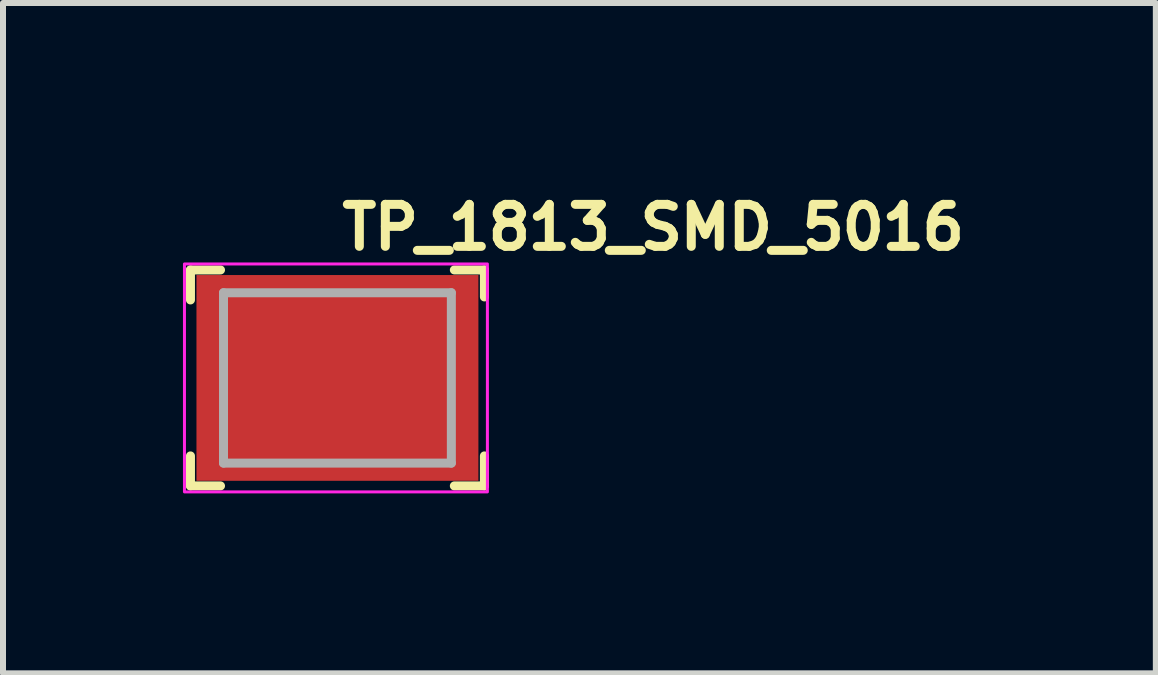
<source format=kicad_pcb>
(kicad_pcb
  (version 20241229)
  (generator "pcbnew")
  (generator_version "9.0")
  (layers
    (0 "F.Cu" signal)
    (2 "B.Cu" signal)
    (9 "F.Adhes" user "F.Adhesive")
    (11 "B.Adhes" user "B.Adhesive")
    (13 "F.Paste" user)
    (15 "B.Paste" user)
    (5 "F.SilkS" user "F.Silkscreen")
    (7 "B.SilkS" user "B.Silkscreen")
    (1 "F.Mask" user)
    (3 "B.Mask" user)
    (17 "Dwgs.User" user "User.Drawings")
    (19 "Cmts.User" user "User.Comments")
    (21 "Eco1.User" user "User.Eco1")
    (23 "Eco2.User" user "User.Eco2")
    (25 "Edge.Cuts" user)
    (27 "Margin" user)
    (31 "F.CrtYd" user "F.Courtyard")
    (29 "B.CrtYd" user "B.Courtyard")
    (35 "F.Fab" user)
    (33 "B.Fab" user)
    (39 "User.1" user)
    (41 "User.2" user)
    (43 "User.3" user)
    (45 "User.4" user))
  (footprint "TP_1813_SMD_5016"
    (layer "F.Cu")
    (at 2.575 3.25)
    (property "Reference" "TP_1813_SMD_5016" (at 0 -2.1 0) (layer "F.SilkS") (effects (font (size 0.7 0.7) (thickness 0.15)) (justify left bottom)))
    (attr smd)
    (fp_line (start -2.45 -1.8) (end -2.45 -1.3) (stroke (width 0.15) (type solid)) (layer "F.SilkS"))
    (fp_line (start -2.45 -1.8) (end -1.949 -1.8) (stroke (width 0.15) (type solid)) (layer "F.SilkS"))
    (fp_line (start -2.45 1.8) (end -2.45 1.3) (stroke (width 0.15) (type solid)) (layer "F.SilkS"))
    (fp_line (start -2.45 1.8) (end -1.949 1.8) (stroke (width 0.15) (type solid)) (layer "F.SilkS"))
    (fp_line (start 1.949 1.8) (end 2.45 1.8) (stroke (width 0.15) (type solid)) (layer "F.SilkS"))
    (fp_line (start 2.45 -1.8) (end 1.949 -1.8) (stroke (width 0.15) (type solid)) (layer "F.SilkS"))
    (fp_line (start 2.45 -1.8) (end 2.45 -1.35) (stroke (width 0.15) (type solid)) (layer "F.SilkS"))
    (fp_line (start 2.45 1.8) (end 2.45 1.3) (stroke (width 0.15) (type solid)) (layer "F.SilkS"))
    (fp_rect (start -2.55 -1.9) (end 2.5 1.9) (stroke (width 0.05) (type solid)) (fill no) (layer "F.CrtYd"))
    (fp_line (start -1.899 -1.42) (end 1.899 -1.42) (stroke (width 0.15) (type solid)) (layer "F.Fab"))
    (fp_line (start -1.899 1.42) (end -1.899 -1.42) (stroke (width 0.15) (type solid)) (layer "F.Fab"))
    (fp_line (start -1.899 1.42) (end 1.899 1.42) (stroke (width 0.15) (type solid)) (layer "F.Fab"))
    (fp_line (start 1.899 1.42) (end 1.899 -1.42) (stroke (width 0.15) (type solid)) (layer "F.Fab"))
    (fp_rect (start -1.905 -1.422) (end 1.905 1.422) (stroke (width 0.1) (type solid)) (fill no) (layer "User.5"))
    (fp_line (start -1.905 -0.505) (end -1.904 -0.505) (stroke (width 0.02) (type solid)) (layer "User.9"))
    (fp_line (start -1.905 0.511) (end -1.905 -0.505) (stroke (width 0.02) (type solid)) (layer "User.9"))
    (fp_line (start -1.905 0.663) (end -1.905 0.511) (stroke (width 0.02) (type solid)) (layer "User.9"))
    (fp_line (start -1.905 0.663) (end -1.904 0.663) (stroke (width 0.02) (type solid)) (layer "User.9"))
    (fp_line (start -1.904 -0.506) (end -1.904 -0.506) (stroke (width 0.02) (type solid)) (layer "User.9"))
    (fp_line (start -1.904 -0.506) (end -1.904 -0.506) (stroke (width 0.02) (type solid)) (layer "User.9"))
    (fp_line (start -1.904 -0.506) (end -1.903 -0.506) (stroke (width 0.02) (type solid)) (layer "User.9"))
    (fp_line (start -1.904 -0.505) (end -1.904 -0.506) (stroke (width 0.02) (type solid)) (layer "User.9"))
    (fp_line (start -1.904 -0.505) (end -1.904 -0.505) (stroke (width 0.02) (type solid)) (layer "User.9"))
    (fp_line (start -1.904 -0.505) (end -1.904 -0.505) (stroke (width 0.02) (type solid)) (layer "User.9"))
    (fp_line (start -1.904 -0.505) (end -1.904 -0.505) (stroke (width 0.02) (type solid)) (layer "User.9"))
    (fp_line (start -1.904 0.51) (end -1.905 0.511) (stroke (width 0.02) (type solid)) (layer "User.9"))
    (fp_line (start -1.904 0.51) (end -1.904 0.51) (stroke (width 0.02) (type solid)) (layer "User.9"))
    (fp_line (start -1.904 0.51) (end -1.904 0.51) (stroke (width 0.02) (type solid)) (layer "User.9"))
    (fp_line (start -1.904 0.663) (end -1.904 0.663) (stroke (width 0.02) (type solid)) (layer "User.9"))
    (fp_line (start -1.904 0.663) (end -1.904 0.664) (stroke (width 0.02) (type solid)) (layer "User.9"))
    (fp_line (start -1.904 0.664) (end -1.904 0.664) (stroke (width 0.02) (type solid)) (layer "User.9"))
    (fp_line (start -1.904 0.664) (end -1.904 0.664) (stroke (width 0.02) (type solid)) (layer "User.9"))
    (fp_line (start -1.904 0.664) (end -1.904 0.664) (stroke (width 0.02) (type solid)) (layer "User.9"))
    (fp_line (start -1.904 0.664) (end -1.904 0.664) (stroke (width 0.02) (type solid)) (layer "User.9"))
    (fp_line (start -1.904 0.664) (end -1.903 0.665) (stroke (width 0.02) (type solid)) (layer "User.9"))
    (fp_line (start -1.903 -0.506) (end -1.903 -0.506) (stroke (width 0.02) (type solid)) (layer "User.9"))
    (fp_line (start -1.903 -0.506) (end -1.903 -0.506) (stroke (width 0.02) (type solid)) (layer "User.9"))
    (fp_line (start -1.903 -0.506) (end -1.903 -0.506) (stroke (width 0.02) (type solid)) (layer "User.9"))
    (fp_line (start -1.903 -0.506) (end -1.902 -0.506) (stroke (width 0.02) (type solid)) (layer "User.9"))
    (fp_line (start -1.903 0.509) (end -1.904 0.51) (stroke (width 0.02) (type solid)) (layer "User.9"))
    (fp_line (start -1.903 0.509) (end -1.903 0.509) (stroke (width 0.02) (type solid)) (layer "User.9"))
    (fp_line (start -1.903 0.665) (end -1.903 0.665) (stroke (width 0.02) (type solid)) (layer "User.9"))
    (fp_line (start -1.903 0.665) (end -1.903 0.665) (stroke (width 0.02) (type solid)) (layer "User.9"))
    (fp_line (start -1.903 0.665) (end -1.903 0.665) (stroke (width 0.02) (type solid)) (layer "User.9"))
    (fp_line (start -1.903 0.665) (end -1.902 0.665) (stroke (width 0.02) (type solid)) (layer "User.9"))
    (fp_line (start -1.902 -0.507) (end -1.901 -0.507) (stroke (width 0.02) (type solid)) (layer "User.9"))
    (fp_line (start -1.902 -0.506) (end -1.902 -0.507) (stroke (width 0.02) (type solid)) (layer "User.9"))
    (fp_line (start -1.902 0.509) (end -1.903 0.509) (stroke (width 0.02) (type solid)) (layer "User.9"))
    (fp_line (start -1.902 0.665) (end -1.902 0.666) (stroke (width 0.02) (type solid)) (layer "User.9"))
    (fp_line (start -1.902 0.666) (end -1.901 0.666) (stroke (width 0.02) (type solid)) (layer "User.9"))
    (fp_line (start -1.901 -0.507) (end -1.901 -0.507) (stroke (width 0.02) (type solid)) (layer "User.9"))
    (fp_line (start -1.901 -0.507) (end -1.9 -0.507) (stroke (width 0.02) (type solid)) (layer "User.9"))
    (fp_line (start -1.901 0.508) (end -1.902 0.509) (stroke (width 0.02) (type solid)) (layer "User.9"))
    (fp_line (start -1.901 0.666) (end -1.901 0.666) (stroke (width 0.02) (type solid)) (layer "User.9"))
    (fp_line (start -1.901 0.666) (end -1.9 0.666) (stroke (width 0.02) (type solid)) (layer "User.9"))
    (fp_line (start -1.9 -0.507) (end -1.899 -0.507) (stroke (width 0.02) (type solid)) (layer "User.9"))
    (fp_line (start -1.9 0.508) (end -1.901 0.508) (stroke (width 0.02) (type solid)) (layer "User.9"))
    (fp_line (start -1.9 0.666) (end -1.899 0.667) (stroke (width 0.02) (type solid)) (layer "User.9"))
    (fp_line (start -1.899 -0.507) (end -1.898 -0.507) (stroke (width 0.02) (type solid)) (layer "User.9"))
    (fp_line (start -1.899 0.508) (end -1.9 0.508) (stroke (width 0.02) (type solid)) (layer "User.9"))
    (fp_line (start -1.899 0.667) (end -1.898 0.667) (stroke (width 0.02) (type solid)) (layer "User.9"))
    (fp_line (start -1.898 -0.507) (end -1.897 -0.507) (stroke (width 0.02) (type solid)) (layer "User.9"))
    (fp_line (start -1.898 0.508) (end -1.899 0.508) (stroke (width 0.02) (type solid)) (layer "User.9"))
    (fp_line (start -1.898 0.667) (end -1.897 0.667) (stroke (width 0.02) (type solid)) (layer "User.9"))
    (fp_line (start -1.897 -0.507) (end -1.895 -0.507) (stroke (width 0.02) (type solid)) (layer "User.9"))
    (fp_line (start -1.897 0.508) (end -1.898 0.508) (stroke (width 0.02) (type solid)) (layer "User.9"))
    (fp_line (start -1.897 0.667) (end -1.895 0.668) (stroke (width 0.02) (type solid)) (layer "User.9"))
    (fp_line (start -1.895 -0.507) (end -1.894 -0.507) (stroke (width 0.02) (type solid)) (layer "User.9"))
    (fp_line (start -1.895 0.508) (end -1.897 0.508) (stroke (width 0.02) (type solid)) (layer "User.9"))
    (fp_line (start -1.895 0.668) (end -1.894 0.668) (stroke (width 0.02) (type solid)) (layer "User.9"))
    (fp_line (start -1.894 -0.507) (end -1.892 -0.507) (stroke (width 0.02) (type solid)) (layer "User.9"))
    (fp_line (start -1.894 0.668) (end -1.892 0.669) (stroke (width 0.02) (type solid)) (layer "User.9"))
    (fp_line (start -1.892 -0.507) (end -1.89 -0.507) (stroke (width 0.02) (type solid)) (layer "User.9"))
    (fp_line (start -1.892 0.508) (end -1.895 0.508) (stroke (width 0.02) (type solid)) (layer "User.9"))
    (fp_line (start -1.892 0.669) (end -1.89 0.669) (stroke (width 0.02) (type solid)) (layer "User.9"))
    (fp_line (start -1.89 -0.507) (end -1.888 -0.508) (stroke (width 0.02) (type solid)) (layer "User.9"))
    (fp_line (start -1.89 0.669) (end -1.888 0.669) (stroke (width 0.02) (type solid)) (layer "User.9"))
    (fp_line (start -1.888 -0.508) (end -1.397 -0.508) (stroke (width 0.02) (type solid)) (layer "User.9"))
    (fp_line (start -1.888 0.508) (end -1.892 0.508) (stroke (width 0.02) (type solid)) (layer "User.9"))
    (fp_line (start -1.888 0.669) (end -1.524 0.747) (stroke (width 0.02) (type solid)) (layer "User.9"))
    (fp_line (start -1.651 -1.422) (end -1.845 -0.508) (stroke (width 0.02) (type solid)) (layer "User.9"))
    (fp_line (start -1.524 0.512) (end -1.523 0.512) (stroke (width 0.02) (type solid)) (layer "User.9"))
    (fp_line (start -1.524 0.742) (end -1.524 0.512) (stroke (width 0.02) (type solid)) (layer "User.9"))
    (fp_line (start -1.524 0.747) (end -1.397 0.774) (stroke (width 0.02) (type solid)) (layer "User.9"))
    (fp_line (start -1.523 0.511) (end -1.523 0.511) (stroke (width 0.02) (type solid)) (layer "User.9"))
    (fp_line (start -1.523 0.511) (end -1.522 0.511) (stroke (width 0.02) (type solid)) (layer "User.9"))
    (fp_line (start -1.523 0.512) (end -1.523 0.511) (stroke (width 0.02) (type solid)) (layer "User.9"))
    (fp_line (start -1.523 0.743) (end -1.524 0.742) (stroke (width 0.02) (type solid)) (layer "User.9"))
    (fp_line (start -1.523 0.743) (end -1.523 0.743) (stroke (width 0.02) (type solid)) (layer "User.9"))
    (fp_line (start -1.522 0.511) (end -1.519 0.51) (stroke (width 0.02) (type solid)) (layer "User.9"))
    (fp_line (start -1.521 0.745) (end -1.523 0.743) (stroke (width 0.02) (type solid)) (layer "User.9"))
    (fp_line (start -1.519 0.51) (end -1.515 0.509) (stroke (width 0.02) (type solid)) (layer "User.9"))
    (fp_line (start -1.518 0.746) (end -1.521 0.745) (stroke (width 0.02) (type solid)) (layer "User.9"))
    (fp_line (start -1.515 0.509) (end -1.511 0.509) (stroke (width 0.02) (type solid)) (layer "User.9"))
    (fp_line (start -1.514 0.747) (end -1.518 0.746) (stroke (width 0.02) (type solid)) (layer "User.9"))
    (fp_line (start -1.511 0.509) (end -1.505 0.509) (stroke (width 0.02) (type solid)) (layer "User.9"))
    (fp_line (start -1.505 0.509) (end -1.492 0.508) (stroke (width 0.02) (type solid)) (layer "User.9"))
    (fp_line (start -1.502 0.751) (end -1.514 0.747) (stroke (width 0.02) (type solid)) (layer "User.9"))
    (fp_line (start -1.492 0.508) (end -1.475 0.508) (stroke (width 0.02) (type solid)) (layer "User.9"))
    (fp_line (start -1.486 0.755) (end -1.502 0.751) (stroke (width 0.02) (type solid)) (layer "User.9"))
    (fp_line (start -1.475 0.508) (end -1.456 0.508) (stroke (width 0.02) (type solid)) (layer "User.9"))
    (fp_line (start -1.456 0.508) (end -1.413 0.508) (stroke (width 0.02) (type solid)) (layer "User.9"))
    (fp_line (start -1.445 0.764) (end -1.486 0.755) (stroke (width 0.02) (type solid)) (layer "User.9"))
    (fp_line (start -1.397 -0.508) (end -1.417 -0.508) (stroke (width 0.02) (type solid)) (layer "User.9"))
    (fp_line (start -1.397 0.508) (end -1.888 0.508) (stroke (width 0.02) (type solid)) (layer "User.9"))
    (fp_line (start -1.397 0.508) (end 1.397 0.508) (stroke (width 0.02) (type solid)) (layer "User.9"))
    (fp_line (start -1.397 0.774) (end -1.445 0.764) (stroke (width 0.02) (type solid)) (layer "User.9"))
    (fp_line (start -1.397 0.774) (end -1.397 0.774) (stroke (width 0.02) (type solid)) (layer "User.9"))
    (fp_line (start -1.397 0.774) (end 1.651 1.422) (stroke (width 0.02) (type solid)) (layer "User.9"))
    (fp_line (start 1.397 -0.774) (end -1.651 -1.422) (stroke (width 0.02) (type solid)) (layer "User.9"))
    (fp_line (start 1.397 -0.774) (end 1.445 -0.764) (stroke (width 0.02) (type solid)) (layer "User.9"))
    (fp_line (start 1.397 -0.508) (end -1.397 -0.508) (stroke (width 0.02) (type solid)) (layer "User.9"))
    (fp_line (start 1.397 -0.508) (end 1.888 -0.508) (stroke (width 0.02) (type solid)) (layer "User.9"))
    (fp_line (start 1.397 0.508) (end 1.417 0.508) (stroke (width 0.02) (type solid)) (layer "User.9"))
    (fp_line (start 1.445 -0.764) (end 1.486 -0.755) (stroke (width 0.02) (type solid)) (layer "User.9"))
    (fp_line (start 1.455 -0.508) (end 1.41 -0.508) (stroke (width 0.02) (type solid)) (layer "User.9"))
    (fp_line (start 1.474 -0.508) (end 1.455 -0.508) (stroke (width 0.02) (type solid)) (layer "User.9"))
    (fp_line (start 1.486 -0.755) (end 1.502 -0.751) (stroke (width 0.02) (type solid)) (layer "User.9"))
    (fp_line (start 1.491 -0.508) (end 1.474 -0.508) (stroke (width 0.02) (type solid)) (layer "User.9"))
    (fp_line (start 1.502 -0.751) (end 1.514 -0.747) (stroke (width 0.02) (type solid)) (layer "User.9"))
    (fp_line (start 1.505 -0.509) (end 1.491 -0.508) (stroke (width 0.02) (type solid)) (layer "User.9"))
    (fp_line (start 1.51 -0.509) (end 1.505 -0.509) (stroke (width 0.02) (type solid)) (layer "User.9"))
    (fp_line (start 1.514 -0.747) (end 1.518 -0.746) (stroke (width 0.02) (type solid)) (layer "User.9"))
    (fp_line (start 1.515 -0.509) (end 1.51 -0.509) (stroke (width 0.02) (type solid)) (layer "User.9"))
    (fp_line (start 1.518 -0.746) (end 1.521 -0.745) (stroke (width 0.02) (type solid)) (layer "User.9"))
    (fp_line (start 1.519 -0.51) (end 1.515 -0.509) (stroke (width 0.02) (type solid)) (layer "User.9"))
    (fp_line (start 1.521 -0.745) (end 1.523 -0.743) (stroke (width 0.02) (type solid)) (layer "User.9"))
    (fp_line (start 1.522 -0.511) (end 1.519 -0.51) (stroke (width 0.02) (type solid)) (layer "User.9"))
    (fp_line (start 1.523 -0.743) (end 1.523 -0.743) (stroke (width 0.02) (type solid)) (layer "User.9"))
    (fp_line (start 1.523 -0.743) (end 1.524 -0.742) (stroke (width 0.02) (type solid)) (layer "User.9"))
    (fp_line (start 1.523 -0.512) (end 1.523 -0.511) (stroke (width 0.02) (type solid)) (layer "User.9"))
    (fp_line (start 1.523 -0.511) (end 1.522 -0.511) (stroke (width 0.02) (type solid)) (layer "User.9"))
    (fp_line (start 1.523 -0.511) (end 1.523 -0.511) (stroke (width 0.02) (type solid)) (layer "User.9"))
    (fp_line (start 1.524 -0.742) (end 1.524 -0.512) (stroke (width 0.02) (type solid)) (layer "User.9"))
    (fp_line (start 1.524 -0.512) (end 1.523 -0.512) (stroke (width 0.02) (type solid)) (layer "User.9"))
    (fp_line (start 1.651 1.422) (end 1.845 0.508) (stroke (width 0.02) (type solid)) (layer "User.9"))
    (fp_line (start 1.888 -0.669) (end 1.397 -0.774) (stroke (width 0.02) (type solid)) (layer "User.9"))
    (fp_line (start 1.888 -0.508) (end 1.892 -0.508) (stroke (width 0.02) (type solid)) (layer "User.9"))
    (fp_line (start 1.888 0.508) (end 1.397 0.508) (stroke (width 0.02) (type solid)) (layer "User.9"))
    (fp_line (start 1.89 -0.669) (end 1.888 -0.669) (stroke (width 0.02) (type solid)) (layer "User.9"))
    (fp_line (start 1.89 0.507) (end 1.888 0.508) (stroke (width 0.02) (type solid)) (layer "User.9"))
    (fp_line (start 1.892 -0.669) (end 1.89 -0.669) (stroke (width 0.02) (type solid)) (layer "User.9"))
    (fp_line (start 1.892 -0.508) (end 1.895 -0.508) (stroke (width 0.02) (type solid)) (layer "User.9"))
    (fp_line (start 1.892 0.507) (end 1.89 0.507) (stroke (width 0.02) (type solid)) (layer "User.9"))
    (fp_line (start 1.894 -0.668) (end 1.892 -0.669) (stroke (width 0.02) (type solid)) (layer "User.9"))
    (fp_line (start 1.894 0.507) (end 1.892 0.507) (stroke (width 0.02) (type solid)) (layer "User.9"))
    (fp_line (start 1.895 -0.668) (end 1.894 -0.668) (stroke (width 0.02) (type solid)) (layer "User.9"))
    (fp_line (start 1.895 -0.508) (end 1.897 -0.508) (stroke (width 0.02) (type solid)) (layer "User.9"))
    (fp_line (start 1.895 0.507) (end 1.894 0.507) (stroke (width 0.02) (type solid)) (layer "User.9"))
    (fp_line (start 1.897 -0.667) (end 1.895 -0.668) (stroke (width 0.02) (type solid)) (layer "User.9"))
    (fp_line (start 1.897 -0.508) (end 1.898 -0.508) (stroke (width 0.02) (type solid)) (layer "User.9"))
    (fp_line (start 1.897 0.507) (end 1.895 0.507) (stroke (width 0.02) (type solid)) (layer "User.9"))
    (fp_line (start 1.898 -0.667) (end 1.897 -0.667) (stroke (width 0.02) (type solid)) (layer "User.9"))
    (fp_line (start 1.898 -0.508) (end 1.899 -0.508) (stroke (width 0.02) (type solid)) (layer "User.9"))
    (fp_line (start 1.898 0.507) (end 1.897 0.507) (stroke (width 0.02) (type solid)) (layer "User.9"))
    (fp_line (start 1.899 -0.667) (end 1.898 -0.667) (stroke (width 0.02) (type solid)) (layer "User.9"))
    (fp_line (start 1.899 -0.508) (end 1.9 -0.508) (stroke (width 0.02) (type solid)) (layer "User.9"))
    (fp_line (start 1.899 0.507) (end 1.898 0.507) (stroke (width 0.02) (type solid)) (layer "User.9"))
    (fp_line (start 1.9 -0.666) (end 1.899 -0.667) (stroke (width 0.02) (type solid)) (layer "User.9"))
    (fp_line (start 1.9 -0.508) (end 1.901 -0.508) (stroke (width 0.02) (type solid)) (layer "User.9"))
    (fp_line (start 1.9 0.507) (end 1.899 0.507) (stroke (width 0.02) (type solid)) (layer "User.9"))
    (fp_line (start 1.901 -0.666) (end 1.9 -0.666) (stroke (width 0.02) (type solid)) (layer "User.9"))
    (fp_line (start 1.901 -0.666) (end 1.901 -0.666) (stroke (width 0.02) (type solid)) (layer "User.9"))
    (fp_line (start 1.901 -0.508) (end 1.902 -0.509) (stroke (width 0.02) (type solid)) (layer "User.9"))
    (fp_line (start 1.901 0.507) (end 1.9 0.507) (stroke (width 0.02) (type solid)) (layer "User.9"))
    (fp_line (start 1.901 0.507) (end 1.901 0.507) (stroke (width 0.02) (type solid)) (layer "User.9"))
    (fp_line (start 1.902 -0.666) (end 1.901 -0.666) (stroke (width 0.02) (type solid)) (layer "User.9"))
    (fp_line (start 1.902 -0.665) (end 1.902 -0.666) (stroke (width 0.02) (type solid)) (layer "User.9"))
    (fp_line (start 1.902 -0.509) (end 1.903 -0.509) (stroke (width 0.02) (type solid)) (layer "User.9"))
    (fp_line (start 1.902 0.506) (end 1.902 0.507) (stroke (width 0.02) (type solid)) (layer "User.9"))
    (fp_line (start 1.902 0.507) (end 1.901 0.507) (stroke (width 0.02) (type solid)) (layer "User.9"))
    (fp_line (start 1.903 -0.665) (end 1.902 -0.665) (stroke (width 0.02) (type solid)) (layer "User.9"))
    (fp_line (start 1.903 -0.665) (end 1.903 -0.665) (stroke (width 0.02) (type solid)) (layer "User.9"))
    (fp_line (start 1.903 -0.665) (end 1.903 -0.665) (stroke (width 0.02) (type solid)) (layer "User.9"))
    (fp_line (start 1.903 -0.665) (end 1.903 -0.665) (stroke (width 0.02) (type solid)) (layer "User.9"))
    (fp_line (start 1.903 -0.509) (end 1.903 -0.509) (stroke (width 0.02) (type solid)) (layer "User.9"))
    (fp_line (start 1.903 -0.509) (end 1.904 -0.51) (stroke (width 0.02) (type solid)) (layer "User.9"))
    (fp_line (start 1.903 0.506) (end 1.902 0.506) (stroke (width 0.02) (type solid)) (layer "User.9"))
    (fp_line (start 1.903 0.506) (end 1.903 0.506) (stroke (width 0.02) (type solid)) (layer "User.9"))
    (fp_line (start 1.903 0.506) (end 1.903 0.506) (stroke (width 0.02) (type solid)) (layer "User.9"))
    (fp_line (start 1.903 0.506) (end 1.903 0.506) (stroke (width 0.02) (type solid)) (layer "User.9"))
    (fp_line (start 1.904 -0.664) (end 1.903 -0.665) (stroke (width 0.02) (type solid)) (layer "User.9"))
    (fp_line (start 1.904 -0.664) (end 1.904 -0.664) (stroke (width 0.02) (type solid)) (layer "User.9"))
    (fp_line (start 1.904 -0.664) (end 1.904 -0.664) (stroke (width 0.02) (type solid)) (layer "User.9"))
    (fp_line (start 1.904 -0.664) (end 1.904 -0.664) (stroke (width 0.02) (type solid)) (layer "User.9"))
    (fp_line (start 1.904 -0.664) (end 1.904 -0.664) (stroke (width 0.02) (type solid)) (layer "User.9"))
    (fp_line (start 1.904 -0.663) (end 1.904 -0.664) (stroke (width 0.02) (type solid)) (layer "User.9"))
    (fp_line (start 1.904 -0.663) (end 1.904 -0.663) (stroke (width 0.02) (type solid)) (layer "User.9"))
    (fp_line (start 1.904 -0.51) (end 1.904 -0.51) (stroke (width 0.02) (type solid)) (layer "User.9"))
    (fp_line (start 1.904 -0.51) (end 1.904 -0.51) (stroke (width 0.02) (type solid)) (layer "User.9"))
    (fp_line (start 1.904 -0.51) (end 1.905 -0.511) (stroke (width 0.02) (type solid)) (layer "User.9"))
    (fp_line (start 1.904 0.505) (end 1.904 0.505) (stroke (width 0.02) (type solid)) (layer "User.9"))
    (fp_line (start 1.904 0.505) (end 1.904 0.505) (stroke (width 0.02) (type solid)) (layer "User.9"))
    (fp_line (start 1.904 0.505) (end 1.904 0.505) (stroke (width 0.02) (type solid)) (layer "User.9"))
    (fp_line (start 1.904 0.505) (end 1.904 0.506) (stroke (width 0.02) (type solid)) (layer "User.9"))
    (fp_line (start 1.904 0.506) (end 1.903 0.506) (stroke (width 0.02) (type solid)) (layer "User.9"))
    (fp_line (start 1.904 0.506) (end 1.904 0.506) (stroke (width 0.02) (type solid)) (layer "User.9"))
    (fp_line (start 1.904 0.506) (end 1.904 0.506) (stroke (width 0.02) (type solid)) (layer "User.9"))
    (fp_line (start 1.905 -0.663) (end 1.904 -0.663) (stroke (width 0.02) (type solid)) (layer "User.9"))
    (fp_line (start 1.905 -0.663) (end 1.905 -0.511) (stroke (width 0.02) (type solid)) (layer "User.9"))
    (fp_line (start 1.905 -0.511) (end 1.905 0.505) (stroke (width 0.02) (type solid)) (layer "User.9"))
    (fp_line (start 1.905 0.505) (end 1.904 0.505) (stroke (width 0.02) (type solid)) (layer "User.9"))
    (pad "1" smd rect (at 0 0) (size 4.7 3.43) (layers "F.Cu" "F.Mask" "F.Paste")))
  (gr_rect
    (start -3 -3)
    (end 16.218 8.175)
    (stroke (width 0.1) (type default))
    (fill no)
    (layer "Edge.Cuts")))
</source>
